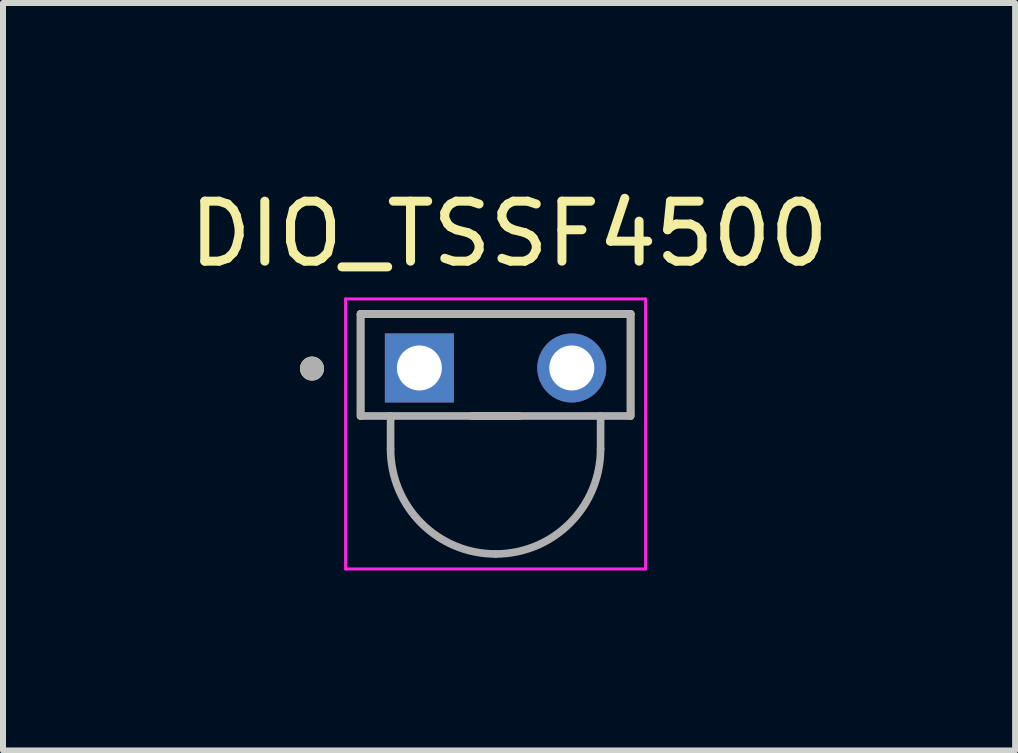
<source format=kicad_pcb>
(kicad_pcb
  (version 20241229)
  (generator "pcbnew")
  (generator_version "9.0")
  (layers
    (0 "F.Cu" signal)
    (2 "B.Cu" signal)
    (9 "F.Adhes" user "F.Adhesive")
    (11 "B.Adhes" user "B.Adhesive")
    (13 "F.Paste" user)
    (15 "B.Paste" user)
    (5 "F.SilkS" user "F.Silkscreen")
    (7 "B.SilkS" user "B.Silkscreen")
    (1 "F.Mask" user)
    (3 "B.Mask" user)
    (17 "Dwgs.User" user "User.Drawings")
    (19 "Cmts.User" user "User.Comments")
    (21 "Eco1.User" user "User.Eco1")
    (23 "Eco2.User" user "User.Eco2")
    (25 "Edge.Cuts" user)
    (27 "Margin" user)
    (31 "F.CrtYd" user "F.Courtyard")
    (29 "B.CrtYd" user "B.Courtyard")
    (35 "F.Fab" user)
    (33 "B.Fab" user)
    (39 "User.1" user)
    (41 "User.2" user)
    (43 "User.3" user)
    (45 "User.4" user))
  (footprint "DIO_TSSF4500"
    (layer "F.Cu")
    (at 5.21 3.083)
    (property "Reference" "DIO_TSSF4500" (at 0.225 -2.235 0) (layer "F.SilkS") (effects (font (size 1 1) (thickness 0.15))))
    (attr through_hole)
    (fp_line (start -2.25 -0.9) (end -2.25 0.8) (stroke (width 0.127) (type solid)) (layer "F.SilkS"))
    (fp_line (start -0.4 0.8) (end 0.4 0.8) (stroke (width 0.127) (type solid)) (layer "F.SilkS"))
    (fp_line (start 2.25 -0.9) (end -2.25 -0.9) (stroke (width 0.127) (type solid)) (layer "F.SilkS"))
    (fp_line (start 2.25 0.8) (end 2.25 -0.9) (stroke (width 0.127) (type solid)) (layer "F.SilkS"))
    (fp_circle (center -3.06 0.01) (end -2.96 0.01) (stroke (width 0.2) (type solid)) (fill no) (layer "F.SilkS"))
    (fp_line (start -2.5 -1.15) (end -2.5 3.35) (stroke (width 0.05) (type solid)) (layer "F.CrtYd"))
    (fp_line (start 2.5 -1.15) (end -2.5 -1.15) (stroke (width 0.05) (type solid)) (layer "F.CrtYd"))
    (fp_line (start 2.5 3.35) (end -2.5 3.35) (stroke (width 0.05) (type solid)) (layer "F.CrtYd"))
    (fp_line (start 2.5 3.35) (end 2.5 -1.15) (stroke (width 0.05) (type solid)) (layer "F.CrtYd"))
    (fp_line (start -2.25 -0.9) (end -2.25 0.8) (stroke (width 0.127) (type solid)) (layer "F.Fab"))
    (fp_line (start -2.25 0.8) (end -1.75 0.8) (stroke (width 0.127) (type solid)) (layer "F.Fab"))
    (fp_line (start -1.75 0.8) (end 1.75 0.8) (stroke (width 0.127) (type solid)) (layer "F.Fab"))
    (fp_line (start -1.75 1.35) (end -1.75 0.8) (stroke (width 0.127) (type solid)) (layer "F.Fab"))
    (fp_line (start 1.75 0.8) (end 2.25 0.8) (stroke (width 0.127) (type solid)) (layer "F.Fab"))
    (fp_line (start 1.75 1.35) (end 1.75 0.8) (stroke (width 0.127) (type solid)) (layer "F.Fab"))
    (fp_line (start 2.25 -0.9) (end -2.25 -0.9) (stroke (width 0.127) (type solid)) (layer "F.Fab"))
    (fp_line (start 2.25 0.8) (end 2.25 -0.9) (stroke (width 0.127) (type solid)) (layer "F.Fab"))
    (fp_arc (start 0 3.1) (mid -1.237437 2.587437) (end -1.75 1.35) (stroke (width 0.127) (type solid)) (layer "F.Fab"))
    (fp_arc (start 1.75 1.35) (mid 1.237437 2.587437) (end 0 3.1) (stroke (width 0.127) (type solid)) (layer "F.Fab"))
    (fp_circle (center -3.06 0.01) (end -2.96 0.01) (stroke (width 0.2) (type solid)) (fill no) (layer "F.Fab"))
    (pad "A" thru_hole circle (at 1.27 0) (size 1.15 1.15) (drill 0.75) (layers "*.Cu" "*.Mask"))
    (pad "C" thru_hole rect (at -1.27 0) (size 1.15 1.15) (drill 0.75) (layers "*.Cu" "*.Mask")))
  (gr_rect
    (start -3 -3)
    (end 13.869 9.458)
    (stroke (width 0.1) (type default))
    (fill no)
    (layer "Edge.Cuts")))
</source>
